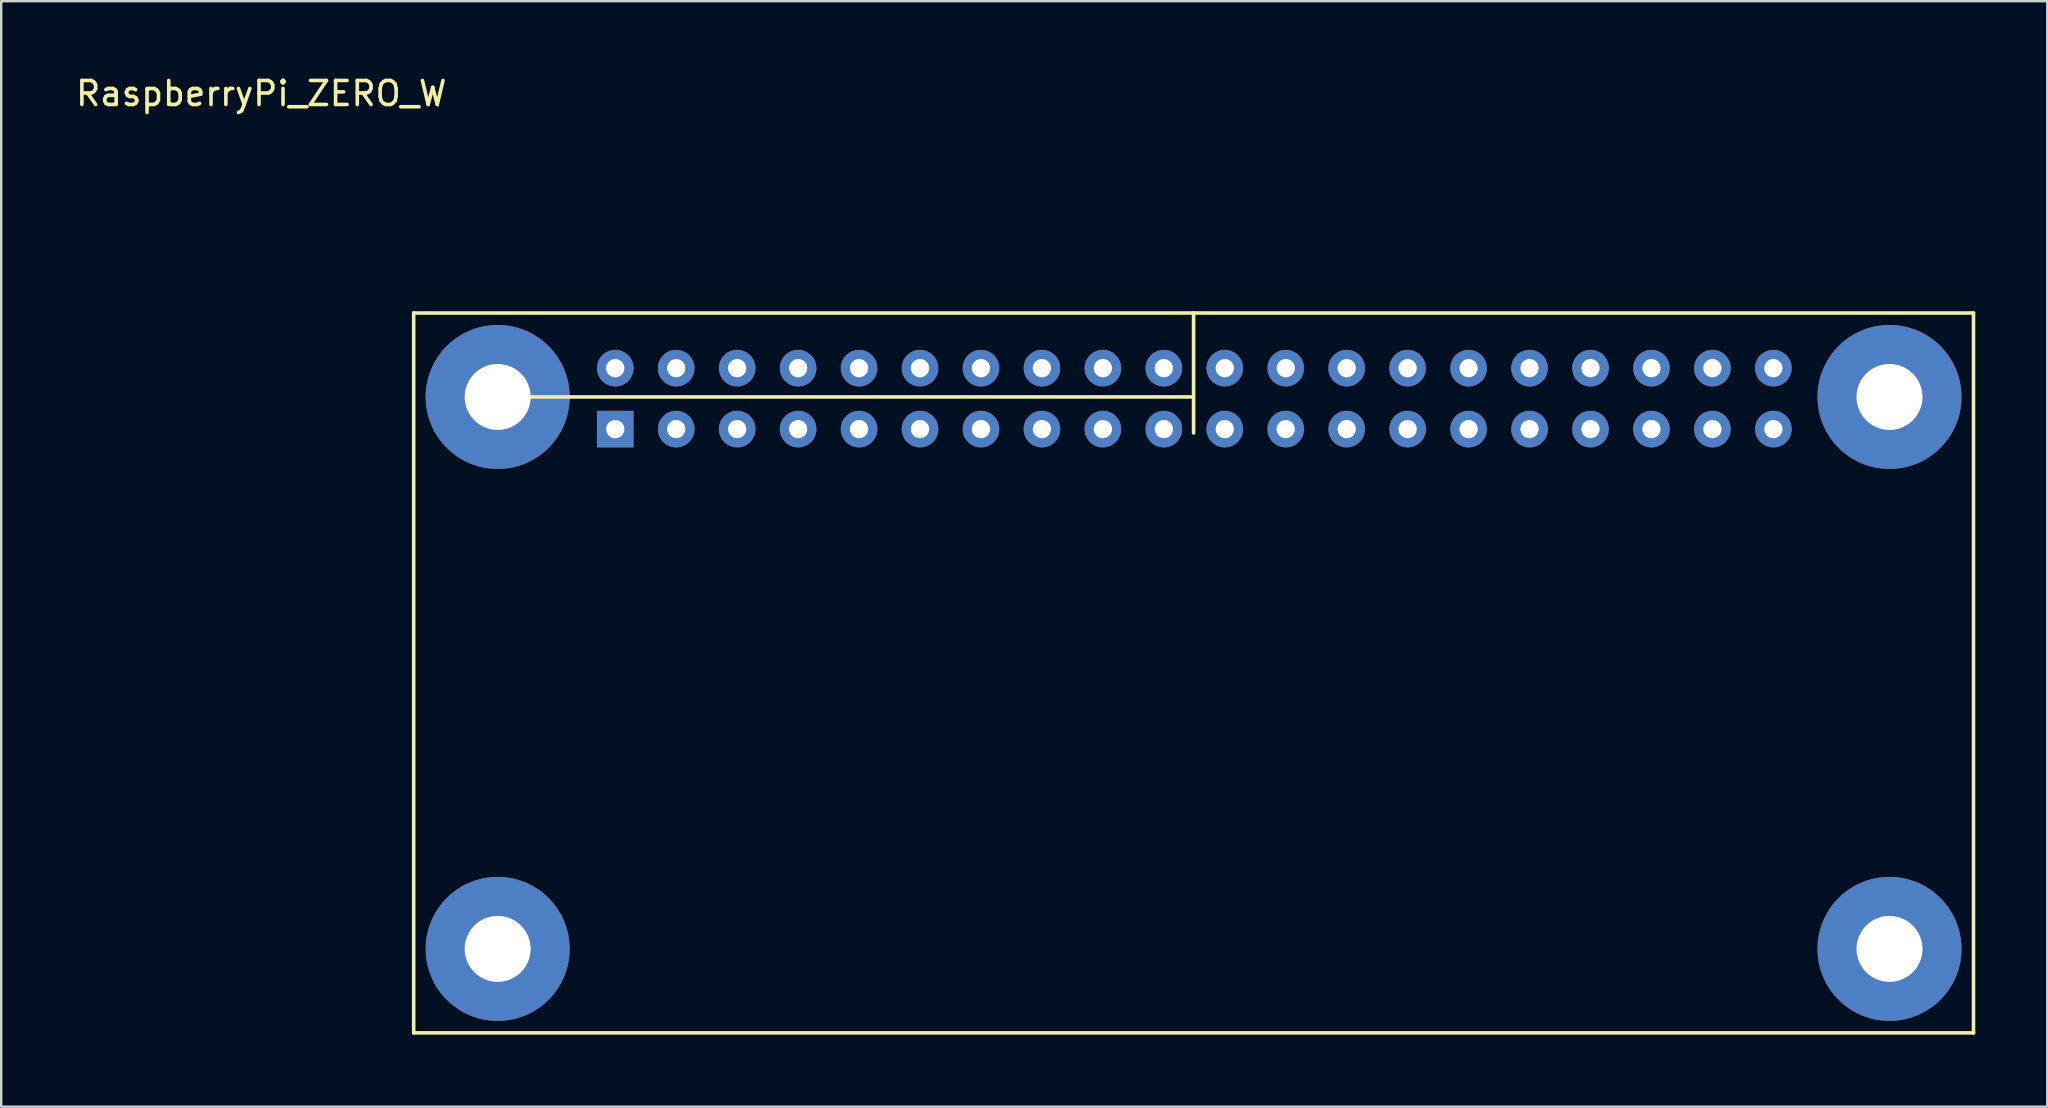
<source format=kicad_pcb>
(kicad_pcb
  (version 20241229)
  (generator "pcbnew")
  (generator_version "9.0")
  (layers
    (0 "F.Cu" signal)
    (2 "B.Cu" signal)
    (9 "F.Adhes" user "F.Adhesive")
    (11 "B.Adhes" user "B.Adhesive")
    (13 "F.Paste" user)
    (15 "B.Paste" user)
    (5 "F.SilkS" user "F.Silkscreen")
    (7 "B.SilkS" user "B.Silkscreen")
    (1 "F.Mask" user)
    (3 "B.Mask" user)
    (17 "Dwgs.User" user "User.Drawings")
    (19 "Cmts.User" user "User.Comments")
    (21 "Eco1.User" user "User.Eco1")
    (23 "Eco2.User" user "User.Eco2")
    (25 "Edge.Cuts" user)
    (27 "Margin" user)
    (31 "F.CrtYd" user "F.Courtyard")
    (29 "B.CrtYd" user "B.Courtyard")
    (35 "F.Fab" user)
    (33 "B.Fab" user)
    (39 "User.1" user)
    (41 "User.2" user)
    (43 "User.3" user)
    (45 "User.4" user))
  (footprint "RaspberryPi_ZERO_W"
    (layer "F.Cu")
    (at 14.189 9.992)
    (property "Reference" "RaspberryPi_ZERO_W" (at -6.35 -9.144 0) (layer "F.SilkS") (effects (font (size 1 1) (thickness 0.15))))
    (attr through_hole)
    (fp_line (start 0 0) (end 0 30) (stroke (width 0.15) (type solid)) (layer "F.SilkS"))
    (fp_line (start 0 0) (end 65 0) (stroke (width 0.15) (type solid)) (layer "F.SilkS"))
    (fp_line (start 0 30) (end 65 30) (stroke (width 0.15) (type solid)) (layer "F.SilkS"))
    (fp_line (start 3.5 3.5) (end 32.4 3.5) (stroke (width 0.15) (type solid)) (layer "F.SilkS"))
    (fp_line (start 32.5 0) (end 32.5 5) (stroke (width 0.15) (type solid)) (layer "F.SilkS"))
    (fp_line (start 65 30) (end 65 0) (stroke (width 0.15) (type solid)) (layer "F.SilkS"))
    (pad "" np_thru_hole circle (at 3.5 3.5) (size 6 6) (drill 2.75) (layers "*.Cu" "*.Mask"))
    (pad "" np_thru_hole circle (at 3.5 26.5) (size 6 6) (drill 2.75) (layers "*.Cu" "*.Mask"))
    (pad "" np_thru_hole circle (at 61.5 3.5) (size 6 6) (drill 2.75) (layers "*.Cu" "*.Mask"))
    (pad "" np_thru_hole circle (at 61.5 26.5) (size 6 6) (drill 2.75) (layers "*.Cu" "*.Mask"))
    (pad "1" thru_hole rect (at 8.4 4.84) (size 1.524 1.524) (drill 0.762) (layers "*.Cu" "*.Mask"))
    (pad "2" thru_hole circle (at 8.4 2.3) (size 1.524 1.524) (drill 0.762) (layers "*.Cu" "*.Mask"))
    (pad "3" thru_hole circle (at 10.94 4.84) (size 1.524 1.524) (drill 0.762) (layers "*.Cu" "*.Mask"))
    (pad "4" thru_hole circle (at 10.94 2.3) (size 1.524 1.524) (drill 0.762) (layers "*.Cu" "*.Mask"))
    (pad "5" thru_hole circle (at 13.48 4.84) (size 1.524 1.524) (drill 0.762) (layers "*.Cu" "*.Mask"))
    (pad "6" thru_hole circle (at 13.48 2.3) (size 1.524 1.524) (drill 0.762) (layers "*.Cu" "*.Mask"))
    (pad "7" thru_hole circle (at 16.02 4.84) (size 1.524 1.524) (drill 0.762) (layers "*.Cu" "*.Mask"))
    (pad "8" thru_hole circle (at 16.02 2.3) (size 1.524 1.524) (drill 0.762) (layers "*.Cu" "*.Mask"))
    (pad "9" thru_hole circle (at 18.56 4.84) (size 1.524 1.524) (drill 0.762) (layers "*.Cu" "*.Mask"))
    (pad "10" thru_hole circle (at 18.56 2.3) (size 1.524 1.524) (drill 0.762) (layers "*.Cu" "*.Mask"))
    (pad "11" thru_hole circle (at 21.1 4.84) (size 1.524 1.524) (drill 0.762) (layers "*.Cu" "*.Mask"))
    (pad "12" thru_hole circle (at 21.1 2.3) (size 1.524 1.524) (drill 0.762) (layers "*.Cu" "*.Mask"))
    (pad "13" thru_hole circle (at 23.64 4.84) (size 1.524 1.524) (drill 0.762) (layers "*.Cu" "*.Mask"))
    (pad "14" thru_hole circle (at 23.64 2.3) (size 1.524 1.524) (drill 0.762) (layers "*.Cu" "*.Mask"))
    (pad "15" thru_hole circle (at 26.18 4.84) (size 1.524 1.524) (drill 0.762) (layers "*.Cu" "*.Mask"))
    (pad "16" thru_hole circle (at 26.18 2.3) (size 1.524 1.524) (drill 0.762) (layers "*.Cu" "*.Mask"))
    (pad "17" thru_hole circle (at 28.72 4.84) (size 1.524 1.524) (drill 0.762) (layers "*.Cu" "*.Mask"))
    (pad "18" thru_hole circle (at 28.72 2.3) (size 1.524 1.524) (drill 0.762) (layers "*.Cu" "*.Mask"))
    (pad "19" thru_hole circle (at 31.26 4.84) (size 1.524 1.524) (drill 0.762) (layers "*.Cu" "*.Mask"))
    (pad "20" thru_hole circle (at 31.26 2.3) (size 1.524 1.524) (drill 0.762) (layers "*.Cu" "*.Mask"))
    (pad "21" thru_hole circle (at 33.8 4.84) (size 1.524 1.524) (drill 0.762) (layers "*.Cu" "*.Mask"))
    (pad "22" thru_hole circle (at 33.8 2.3) (size 1.524 1.524) (drill 0.762) (layers "*.Cu" "*.Mask"))
    (pad "23" thru_hole circle (at 36.34 4.84) (size 1.524 1.524) (drill 0.762) (layers "*.Cu" "*.Mask"))
    (pad "24" thru_hole circle (at 36.34 2.3) (size 1.524 1.524) (drill 0.762) (layers "*.Cu" "*.Mask"))
    (pad "25" thru_hole circle (at 38.88 4.84) (size 1.524 1.524) (drill 0.762) (layers "*.Cu" "*.Mask"))
    (pad "26" thru_hole circle (at 38.88 2.3) (size 1.524 1.524) (drill 0.762) (layers "*.Cu" "*.Mask"))
    (pad "27" thru_hole circle (at 41.42 4.84) (size 1.524 1.524) (drill 0.762) (layers "*.Cu" "*.Mask"))
    (pad "28" thru_hole circle (at 41.42 2.3) (size 1.524 1.524) (drill 0.762) (layers "*.Cu" "*.Mask"))
    (pad "29" thru_hole circle (at 43.96 4.84) (size 1.524 1.524) (drill 0.762) (layers "*.Cu" "*.Mask"))
    (pad "30" thru_hole circle (at 43.96 2.3) (size 1.524 1.524) (drill 0.762) (layers "*.Cu" "*.Mask"))
    (pad "31" thru_hole circle (at 46.5 4.84) (size 1.524 1.524) (drill 0.762) (layers "*.Cu" "*.Mask"))
    (pad "32" thru_hole circle (at 46.5 2.3) (size 1.524 1.524) (drill 0.762) (layers "*.Cu" "*.Mask"))
    (pad "33" thru_hole circle (at 49.04 4.84) (size 1.524 1.524) (drill 0.762) (layers "*.Cu" "*.Mask"))
    (pad "34" thru_hole circle (at 49.04 2.3) (size 1.524 1.524) (drill 0.762) (layers "*.Cu" "*.Mask"))
    (pad "35" thru_hole circle (at 51.58 4.84) (size 1.524 1.524) (drill 0.762) (layers "*.Cu" "*.Mask"))
    (pad "36" thru_hole circle (at 51.58 2.3) (size 1.524 1.524) (drill 0.762) (layers "*.Cu" "*.Mask"))
    (pad "37" thru_hole circle (at 54.12 4.84) (size 1.524 1.524) (drill 0.762) (layers "*.Cu" "*.Mask"))
    (pad "38" thru_hole circle (at 54.12 2.3) (size 1.524 1.524) (drill 0.762) (layers "*.Cu" "*.Mask"))
    (pad "39" thru_hole circle (at 56.66 4.84) (size 1.524 1.524) (drill 0.762) (layers "*.Cu" "*.Mask"))
    (pad "40" thru_hole circle (at 56.66 2.3) (size 1.524 1.524) (drill 0.762) (layers "*.Cu" "*.Mask")))
  (gr_rect
    (start -3 -3)
    (end 82.264 43.067)
    (stroke (width 0.1) (type default))
    (fill no)
    (layer "Edge.Cuts")))
</source>
